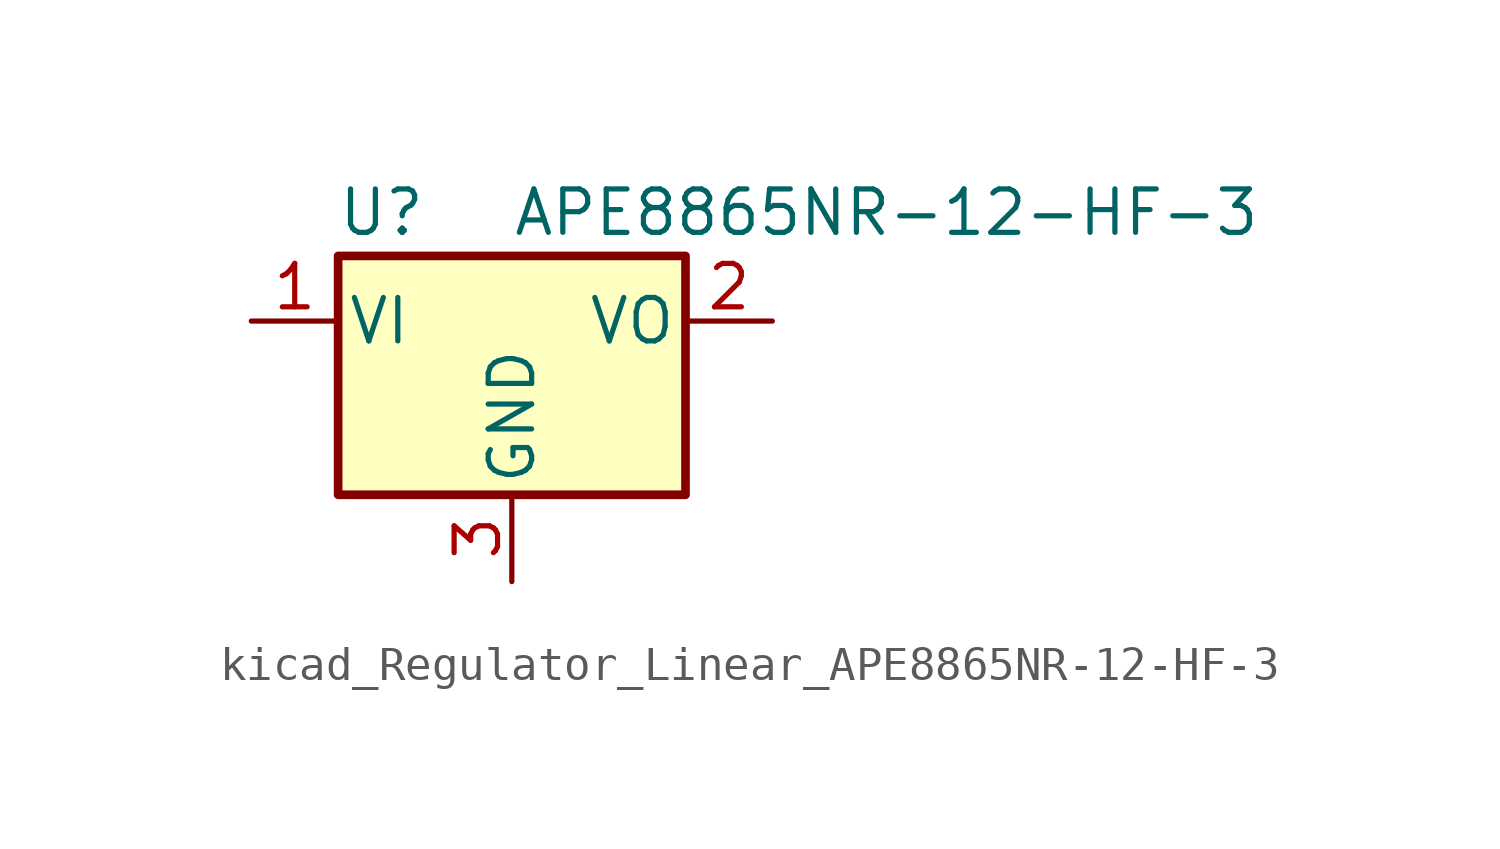
<source format=kicad_sym>
(kicad_symbol_lib
  (version 20220914)
  (generator kicad_symbol_editor)
  (symbol "kicad_Regulator_Linear_APE8865NR-12-HF-3"
    (pin_names
      (offset 0.254))
    (property "Reference" "U"
      (at -3.81 3.175 0)
      (effects (font (size 1.27 1.27))))
    (property "Value" "APE8865NR-12-HF-3"
      (at 0 3.175 0)
      (effects (font (size 1.27 1.27)) (justify left)))
    (symbol "kicad_Regulator_Linear_APE8865NR-12-HF-3_0_1"
      (rectangle (start -5.08 1.905) (end 5.08 -5.08) (stroke (width 0.254) (type default)) (fill (type background))))
    (symbol "kicad_Regulator_Linear_APE8865NR-12-HF-3_1_1"
      (pin power_in line (at -7.62 0 0) (length 2.54) (name "VI" (effects (font (size 1.27 1.27)))) (number "1" (effects (font (size 1.27 1.27)))))
      (pin power_out line (at 7.62 0 180) (length 2.54) (name "VO" (effects (font (size 1.27 1.27)))) (number "2" (effects (font (size 1.27 1.27)))))
      (pin power_in line (at 0 -7.62 90) (length 2.54) (name "GND" (effects (font (size 1.27 1.27)))) (number "3" (effects (font (size 1.27 1.27))))))))
</source>
